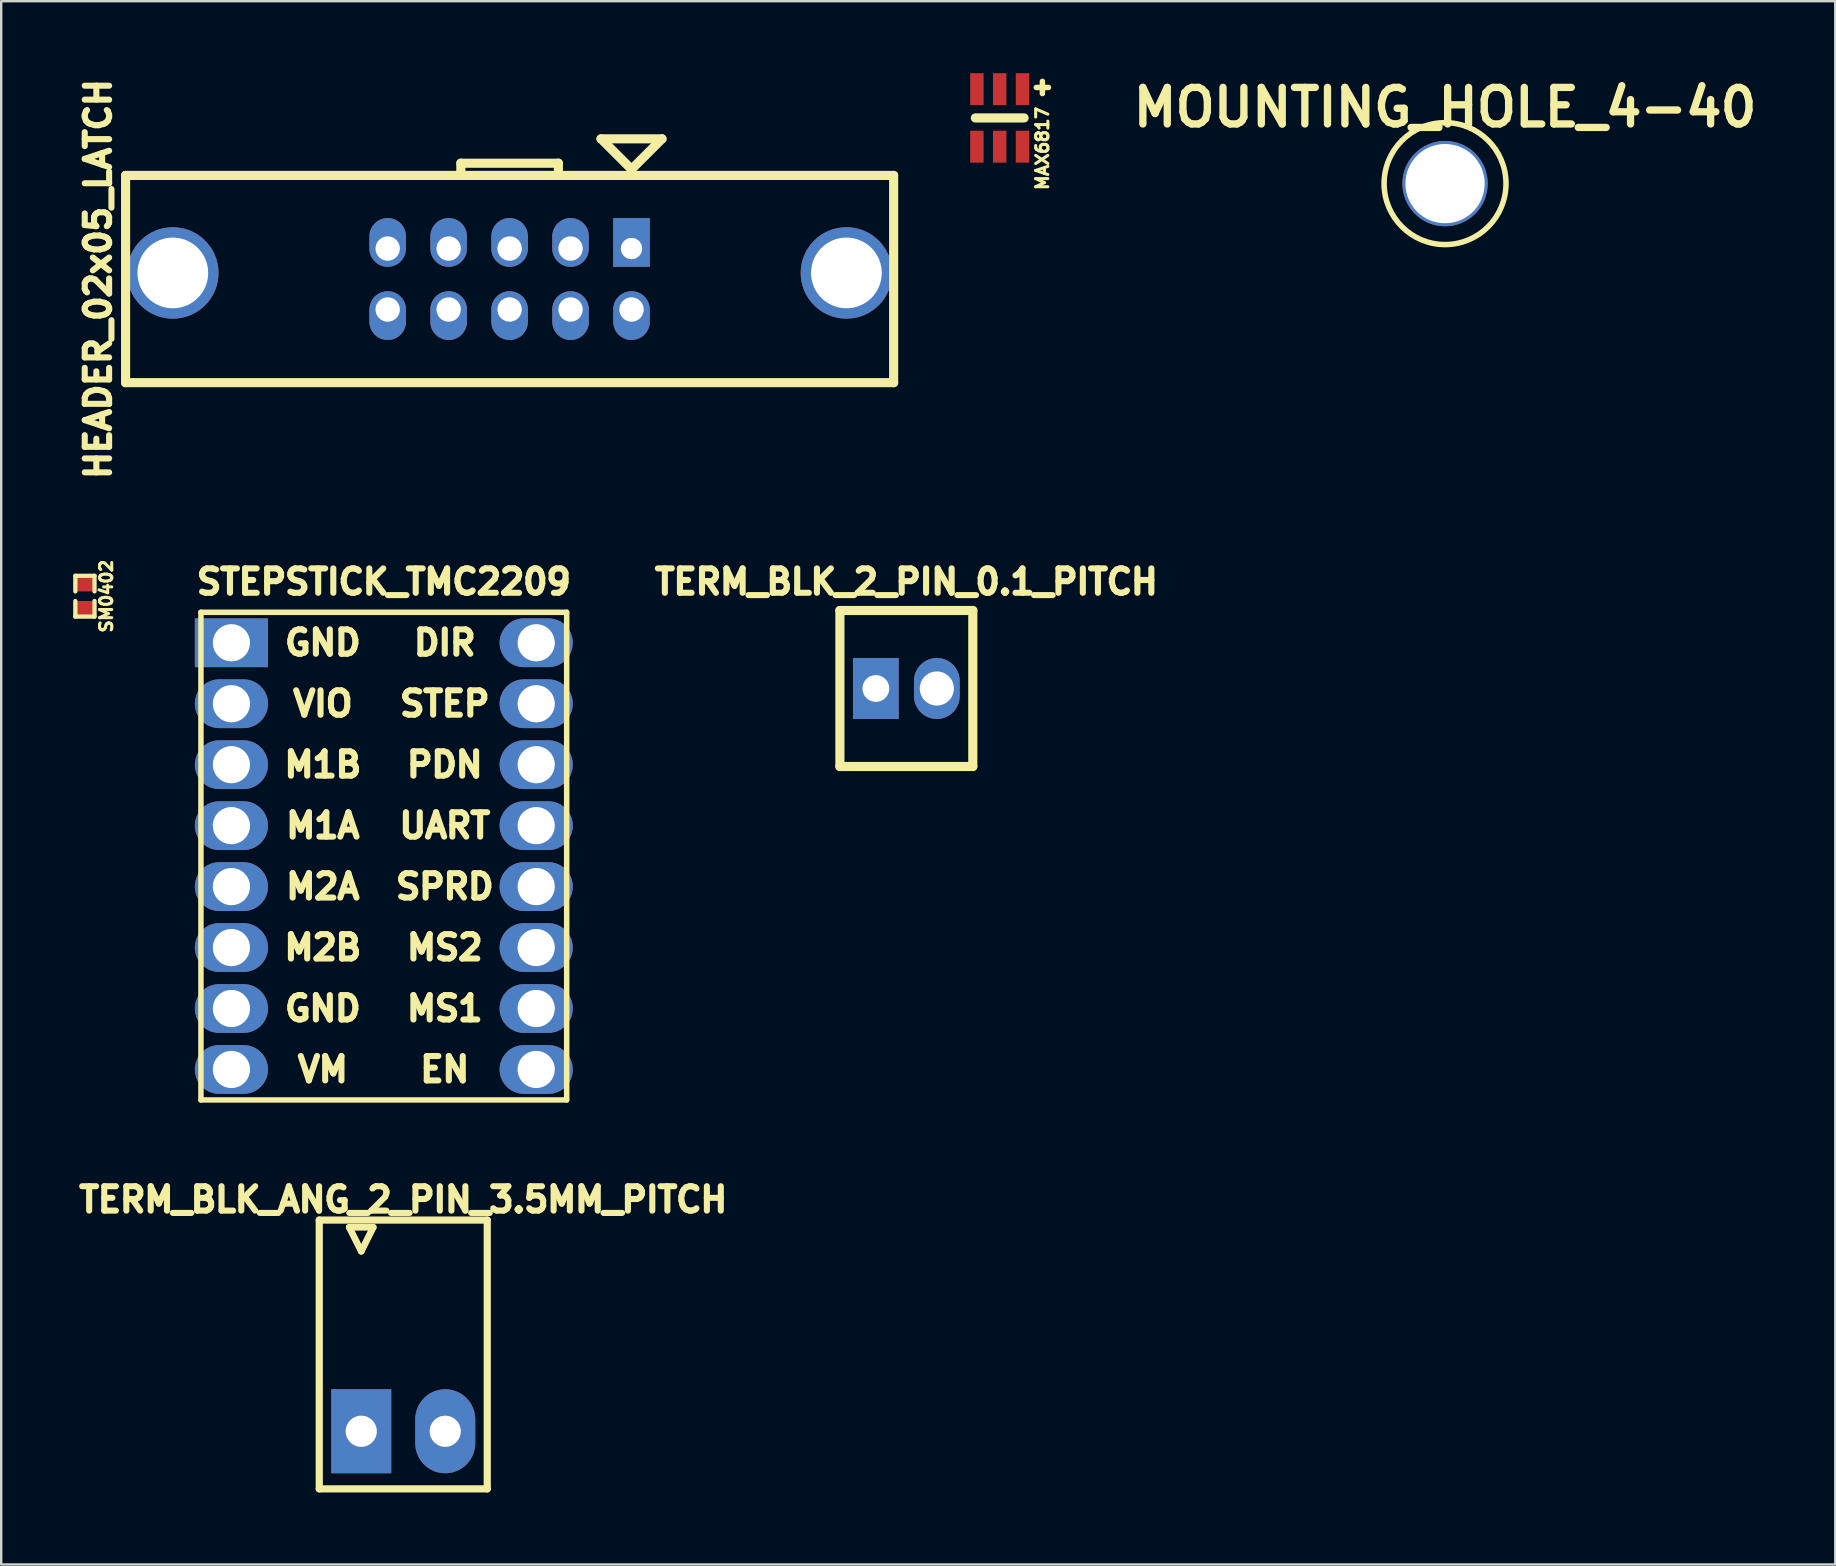
<source format=kicad_pcb>
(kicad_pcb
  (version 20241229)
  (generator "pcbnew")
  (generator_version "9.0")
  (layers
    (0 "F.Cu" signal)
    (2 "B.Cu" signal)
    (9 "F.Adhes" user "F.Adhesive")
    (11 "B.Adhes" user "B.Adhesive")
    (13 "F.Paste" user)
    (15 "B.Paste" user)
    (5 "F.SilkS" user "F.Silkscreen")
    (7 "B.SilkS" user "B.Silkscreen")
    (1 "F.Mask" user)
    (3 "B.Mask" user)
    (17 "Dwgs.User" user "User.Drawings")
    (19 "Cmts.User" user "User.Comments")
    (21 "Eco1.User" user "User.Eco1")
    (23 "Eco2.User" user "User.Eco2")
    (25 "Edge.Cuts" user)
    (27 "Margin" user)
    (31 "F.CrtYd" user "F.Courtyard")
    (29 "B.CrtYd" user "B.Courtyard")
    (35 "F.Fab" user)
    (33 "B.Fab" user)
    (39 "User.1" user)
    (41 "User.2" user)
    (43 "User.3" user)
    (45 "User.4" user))
  (footprint "TERM_BLK_ANG_2_PIN_3.5MM_PITCH"
    (layer "F.Cu")
    (at 13.753 56.59)
    (property "Reference" "TERM_BLK_ANG_2_PIN_3.5MM_PITCH" (at 0 -9.652 0) (layer "F.SilkS") (effects (font (size 1.016 1.016) (thickness 0.254))))
    (attr through_hole)
    (fp_line (start -3.5 -8.8) (end -3.5 2.4) (stroke (width 0.3) (type solid)) (layer "F.SilkS"))
    (fp_line (start -3.5 -8.8) (end 3.5 -8.8) (stroke (width 0.3) (type solid)) (layer "F.SilkS"))
    (fp_line (start -3.5 2.4) (end 3.5 2.4) (stroke (width 0.3) (type solid)) (layer "F.SilkS"))
    (fp_line (start -2.25 -8.5) (end -1.25 -8.5) (stroke (width 0.279) (type solid)) (layer "F.SilkS"))
    (fp_line (start -1.75 -7.5) (end -2.25 -8.5) (stroke (width 0.279) (type solid)) (layer "F.SilkS"))
    (fp_line (start -1.25 -8.5) (end -1.75 -7.5) (stroke (width 0.279) (type solid)) (layer "F.SilkS"))
    (fp_line (start 3.5 -8.8) (end 3.5 2.4) (stroke (width 0.3) (type solid)) (layer "F.SilkS"))
    (pad "1" thru_hole rect (at -1.75 0) (size 2.5 3.5) (drill 1.3) (layers "*.Cu" "*.Mask"))
    (pad "2" thru_hole oval (at 1.75 0) (size 2.5 3.5) (drill 1.3) (layers "*.Cu" "*.Mask")))
  (footprint "TERM_BLK_2_PIN_0.1_PITCH"
    (layer "F.Cu")
    (at 34.717 25.639)
    (property "Reference" "TERM_BLK_2_PIN_0.1_PITCH" (at 0 -4.445 0) (layer "F.SilkS") (effects (font (size 1.016 1.016) (thickness 0.254))))
    (attr through_hole)
    (fp_line (start -2.769 -3.251) (end -2.769 3.251) (stroke (width 0.381) (type solid)) (layer "F.SilkS"))
    (fp_line (start -2.769 -3.251) (end 2.769 -3.251) (stroke (width 0.381) (type solid)) (layer "F.SilkS"))
    (fp_line (start -2.769 3.251) (end 2.769 3.251) (stroke (width 0.381) (type solid)) (layer "F.SilkS"))
    (fp_line (start 2.769 -3.251) (end 2.769 3.251) (stroke (width 0.381) (type solid)) (layer "F.SilkS"))
    (pad "1" thru_hole rect (at -1.27 0) (size 1.905 2.54) (drill 1.118) (layers "*.Cu" "*.Mask"))
    (pad "2" thru_hole oval (at 1.27 0) (size 1.905 2.54) (drill 1.422) (layers "*.Cu" "*.Mask")))
  (footprint "MOUNTING_HOLE_4-40"
    (layer "F.Cu")
    (at 57.164 4.601)
    (property "Reference" "MOUNTING_HOLE_4-40" (at 0 -3.175 0) (layer "F.SilkS") (effects (font (size 1.524 1.524) (thickness 0.305))))
    (attr through_hole)
    (fp_circle (center 0 0) (end 2.54 0) (stroke (width 0.229) (type solid)) (fill no) (layer "F.SilkS"))
    (pad "1" thru_hole circle (at 0 0) (size 3.556 3.556) (drill 3.302) (layers "*.Cu" "*.Mask")))
  (footprint "SM0402"
    (layer "F.Cu")
    (at 0.489 21.793)
    (property "Reference" "SM0402" (at 0.889 0 90) (layer "F.SilkS") (effects (font (size 0.508 0.508) (thickness 0.127))))
    (attr smd)
    (fp_line (start -0.4 -0.85) (end -0.4 -0.2) (stroke (width 0.178) (type solid)) (layer "F.SilkS"))
    (fp_line (start -0.4 0.85) (end -0.4 0.2) (stroke (width 0.178) (type solid)) (layer "F.SilkS"))
    (fp_line (start 0.4 -0.85) (end -0.4 -0.85) (stroke (width 0.178) (type solid)) (layer "F.SilkS"))
    (fp_line (start 0.4 -0.2) (end 0.4 -0.85) (stroke (width 0.178) (type solid)) (layer "F.SilkS"))
    (fp_line (start 0.4 0.2) (end 0.4 0.85) (stroke (width 0.178) (type solid)) (layer "F.SilkS"))
    (fp_line (start 0.4 0.85) (end -0.4 0.85) (stroke (width 0.178) (type solid)) (layer "F.SilkS"))
    (pad "1" smd rect (at 0 -0.5 270) (size 0.6 0.7) (layers "F.Cu" "F.Mask" "F.Paste"))
    (pad "2" smd rect (at 0 0.5 270) (size 0.6 0.7) (layers "F.Cu" "F.Mask" "F.Paste")))
  (footprint "MAX6817"
    (layer "F.Cu")
    (at 38.607 1.864)
    (property "Reference" "MAX6817" (at 1.778 1.27 270) (layer "F.SilkS") (effects (font (size 0.508 0.508) (thickness 0.127))))
    (attr through_hole)
    (fp_line (start 1.016 0) (end -1.016 0) (stroke (width 0.381) (type solid)) (layer "F.SilkS"))
    (fp_line (start 1.778 -1.524) (end 1.778 -1.016) (stroke (width 0.229) (type solid)) (layer "F.SilkS"))
    (fp_line (start 2.032 -1.27) (end 1.524 -1.27) (stroke (width 0.229) (type solid)) (layer "F.SilkS"))
    (pad "1" smd rect (at 0.95 -1.199 270) (size 1.331 0.559) (layers "F.Cu" "F.Mask" "F.Paste"))
    (pad "2" smd rect (at 0 -1.199 270) (size 1.331 0.559) (layers "F.Cu" "F.Mask" "F.Paste"))
    (pad "3" smd rect (at -0.95 -1.199 270) (size 1.331 0.559) (layers "F.Cu" "F.Mask" "F.Paste"))
    (pad "4" smd rect (at -0.95 1.199 270) (size 1.331 0.559) (layers "F.Cu" "F.Mask" "F.Paste"))
    (pad "5" smd rect (at 0 1.199 270) (size 1.331 0.559) (layers "F.Cu" "F.Mask" "F.Paste"))
    (pad "6" smd rect (at 0.95 1.199 270) (size 1.331 0.559) (layers "F.Cu" "F.Mask" "F.Paste")))
  (footprint "STEPSTICK_TMC2209"
    (layer "F.Cu")
    (at 12.943 32.624)
    (property "Reference" "STEPSTICK_TMC2209" (at 0 -11.43 0) (layer "F.SilkS") (effects (font (size 1.016 1.016) (thickness 0.254))))
    (attr through_hole)
    (fp_line (start -7.62 -10.16) (end -7.62 10.16) (stroke (width 0.229) (type solid)) (layer "F.SilkS"))
    (fp_line (start -7.62 10.16) (end 7.62 10.16) (stroke (width 0.229) (type solid)) (layer "F.SilkS"))
    (fp_line (start 7.62 -10.16) (end -7.62 -10.16) (stroke (width 0.229) (type solid)) (layer "F.SilkS"))
    (fp_line (start 7.62 10.16) (end 7.62 -10.16) (stroke (width 0.229) (type solid)) (layer "F.SilkS"))
    (fp_text user "MS1" (at 2.54 6.35 0) (layer "F.SilkS") (effects (font (size 1.016 1.016) (thickness 0.254))))
    (fp_text user "GND" (at -2.54 -8.89 0) (layer "F.SilkS") (effects (font (size 1.016 1.016) (thickness 0.254))))
    (fp_text user "M2A" (at -2.54 1.27 0) (layer "F.SilkS") (effects (font (size 1.016 1.016) (thickness 0.254))))
    (fp_text user "DIR" (at 2.54 -8.89 0) (layer "F.SilkS") (effects (font (size 1.016 1.016) (thickness 0.254))))
    (fp_text user "M1B" (at -2.54 -3.81 0) (layer "F.SilkS") (effects (font (size 1.016 1.016) (thickness 0.254))))
    (fp_text user "MS2" (at 2.54 3.81 0) (layer "F.SilkS") (effects (font (size 1.016 1.016) (thickness 0.254))))
    (fp_text user "M1A" (at -2.54 -1.27 0) (layer "F.SilkS") (effects (font (size 1.016 1.016) (thickness 0.254))))
    (fp_text user "PDN" (at 2.54 -3.81 0) (layer "F.SilkS") (effects (font (size 1.016 1.016) (thickness 0.254))))
    (fp_text user "GND" (at -2.54 6.35 0) (layer "F.SilkS") (effects (font (size 1.016 1.016) (thickness 0.254))))
    (fp_text user "EN" (at 2.54 8.89 0) (layer "F.SilkS") (effects (font (size 1.016 1.016) (thickness 0.254))))
    (fp_text user "SPRD" (at 2.54 1.27 0) (layer "F.SilkS") (effects (font (size 1.016 1.016) (thickness 0.254))))
    (fp_text user "VIO" (at -2.54 -6.35 0) (layer "F.SilkS") (effects (font (size 1.016 1.016) (thickness 0.254))))
    (fp_text user "M2B" (at -2.54 3.81 0) (layer "F.SilkS") (effects (font (size 1.016 1.016) (thickness 0.254))))
    (fp_text user "STEP" (at 2.54 -6.35 0) (layer "F.SilkS") (effects (font (size 1.016 1.016) (thickness 0.254))))
    (fp_text user "UART" (at 2.54 -1.27 0) (layer "F.SilkS") (effects (font (size 1.016 1.016) (thickness 0.254))))
    (fp_text user "VM" (at -2.54 8.89 0) (layer "F.SilkS") (effects (font (size 1.016 1.016) (thickness 0.254))))
    (pad "1" thru_hole rect (at -6.35 -8.89) (size 3.048 2.032) (drill 1.549) (layers "*.Cu" "*.Mask"))
    (pad "2" thru_hole oval (at -6.35 -6.35) (size 3.048 2.032) (drill 1.549) (layers "*.Cu" "*.Mask"))
    (pad "3" thru_hole oval (at -6.35 -3.81) (size 3.048 2.032) (drill 1.549) (layers "*.Cu" "*.Mask"))
    (pad "4" thru_hole oval (at -6.35 -1.27) (size 3.048 2.032) (drill 1.549) (layers "*.Cu" "*.Mask"))
    (pad "5" thru_hole oval (at -6.35 1.27) (size 3.048 2.032) (drill 1.549) (layers "*.Cu" "*.Mask"))
    (pad "6" thru_hole oval (at -6.35 3.81) (size 3.048 2.032) (drill 1.549) (layers "*.Cu" "*.Mask"))
    (pad "7" thru_hole oval (at -6.35 6.35) (size 3.048 2.032) (drill 1.549) (layers "*.Cu" "*.Mask"))
    (pad "8" thru_hole oval (at -6.35 8.89) (size 3.048 2.032) (drill 1.549) (layers "*.Cu" "*.Mask"))
    (pad "9" thru_hole oval (at 6.35 -8.89) (size 3.048 2.032) (drill 1.549) (layers "*.Cu" "*.Mask"))
    (pad "10" thru_hole oval (at 6.35 -6.35) (size 3.048 2.032) (drill 1.549) (layers "*.Cu" "*.Mask"))
    (pad "11" thru_hole oval (at 6.35 -3.81) (size 3.048 2.032) (drill 1.549) (layers "*.Cu" "*.Mask"))
    (pad "12" thru_hole oval (at 6.35 -1.27) (size 3.048 2.032) (drill 1.549) (layers "*.Cu" "*.Mask"))
    (pad "13" thru_hole oval (at 6.35 1.27) (size 3.048 2.032) (drill 1.549) (layers "*.Cu" "*.Mask"))
    (pad "14" thru_hole oval (at 6.35 3.81) (size 3.048 2.032) (drill 1.549) (layers "*.Cu" "*.Mask"))
    (pad "15" thru_hole oval (at 6.35 6.35) (size 3.048 2.032) (drill 1.549) (layers "*.Cu" "*.Mask"))
    (pad "16" thru_hole oval (at 6.35 8.89) (size 3.048 2.032) (drill 1.549) (layers "*.Cu" "*.Mask")))
  (footprint "HEADER_02x05_LATCH"
    (layer "F.Cu")
    (at 18.185 8.577)
    (property "Reference" "HEADER_02x05_LATCH" (at -17.145 0 90) (layer "F.SilkS") (effects (font (size 1.016 1.016) (thickness 0.254))))
    (attr through_hole)
    (fp_line (start -16.002 -4.318) (end -16.002 4.318) (stroke (width 0.381) (type solid)) (layer "F.SilkS"))
    (fp_line (start -16.002 4.318) (end 16.002 4.318) (stroke (width 0.381) (type solid)) (layer "F.SilkS"))
    (fp_line (start -2.032 -4.826) (end 2.032 -4.826) (stroke (width 0.381) (type solid)) (layer "F.SilkS"))
    (fp_line (start -2.032 -4.318) (end -2.032 -4.826) (stroke (width 0.381) (type solid)) (layer "F.SilkS"))
    (fp_line (start 2.032 -4.826) (end 2.032 -4.318) (stroke (width 0.381) (type solid)) (layer "F.SilkS"))
    (fp_line (start 3.81 -5.842) (end 5.08 -4.572) (stroke (width 0.381) (type solid)) (layer "F.SilkS"))
    (fp_line (start 5.08 -4.572) (end 6.35 -5.842) (stroke (width 0.381) (type solid)) (layer "F.SilkS"))
    (fp_line (start 6.35 -5.842) (end 3.81 -5.842) (stroke (width 0.381) (type solid)) (layer "F.SilkS"))
    (fp_line (start 16.002 -4.318) (end -16.002 -4.318) (stroke (width 0.381) (type solid)) (layer "F.SilkS"))
    (fp_line (start 16.002 -4.318) (end 16.002 4.318) (stroke (width 0.381) (type solid)) (layer "F.SilkS"))
    (pad "" thru_hole circle (at -14.034 -0.254) (size 3.81 3.81) (drill 2.946) (layers "*.Cu" "*.Mask"))
    (pad "" thru_hole circle (at 14.034 -0.254) (size 3.81 3.81) (drill 2.946) (layers "*.Cu" "*.Mask"))
    (pad "1" thru_hole rect (at 5.08 -1.27) (size 1.524 2.032) (drill 0.889 (offset 0 -0.254)) (layers "*.Cu" "*.Mask"))
    (pad "2" thru_hole oval (at 5.08 1.27) (size 1.524 2.032) (drill 1.016 (offset 0 0.254)) (layers "*.Cu" "*.Mask"))
    (pad "3" thru_hole oval (at 2.54 -1.27) (size 1.524 2.032) (drill 1.016 (offset 0 -0.254)) (layers "*.Cu" "*.Mask"))
    (pad "4" thru_hole oval (at 2.54 1.27) (size 1.524 2.032) (drill 1.016 (offset 0 0.254)) (layers "*.Cu" "*.Mask"))
    (pad "5" thru_hole oval (at 0 -1.27) (size 1.524 2.032) (drill 1.016 (offset 0 -0.254)) (layers "*.Cu" "*.Mask"))
    (pad "6" thru_hole oval (at 0 1.27) (size 1.524 2.032) (drill 1.016 (offset 0 0.254)) (layers "*.Cu" "*.Mask"))
    (pad "7" thru_hole oval (at -2.54 -1.27) (size 1.524 2.032) (drill 1.016 (offset 0 -0.254)) (layers "*.Cu" "*.Mask"))
    (pad "8" thru_hole oval (at -2.54 1.27) (size 1.524 2.032) (drill 1.016 (offset 0 0.254)) (layers "*.Cu" "*.Mask"))
    (pad "9" thru_hole oval (at -5.08 -1.27) (size 1.524 2.032) (drill 1.016 (offset 0 -0.254)) (layers "*.Cu" "*.Mask"))
    (pad "10" thru_hole oval (at -5.08 1.27) (size 1.524 2.032) (drill 1.016 (offset 0 0.254)) (layers "*.Cu" "*.Mask")))
  (gr_rect
    (start -3 -3)
    (end 73.423 62.14)
    (stroke (width 0.1) (type default))
    (fill no)
    (layer "Edge.Cuts")))
</source>
